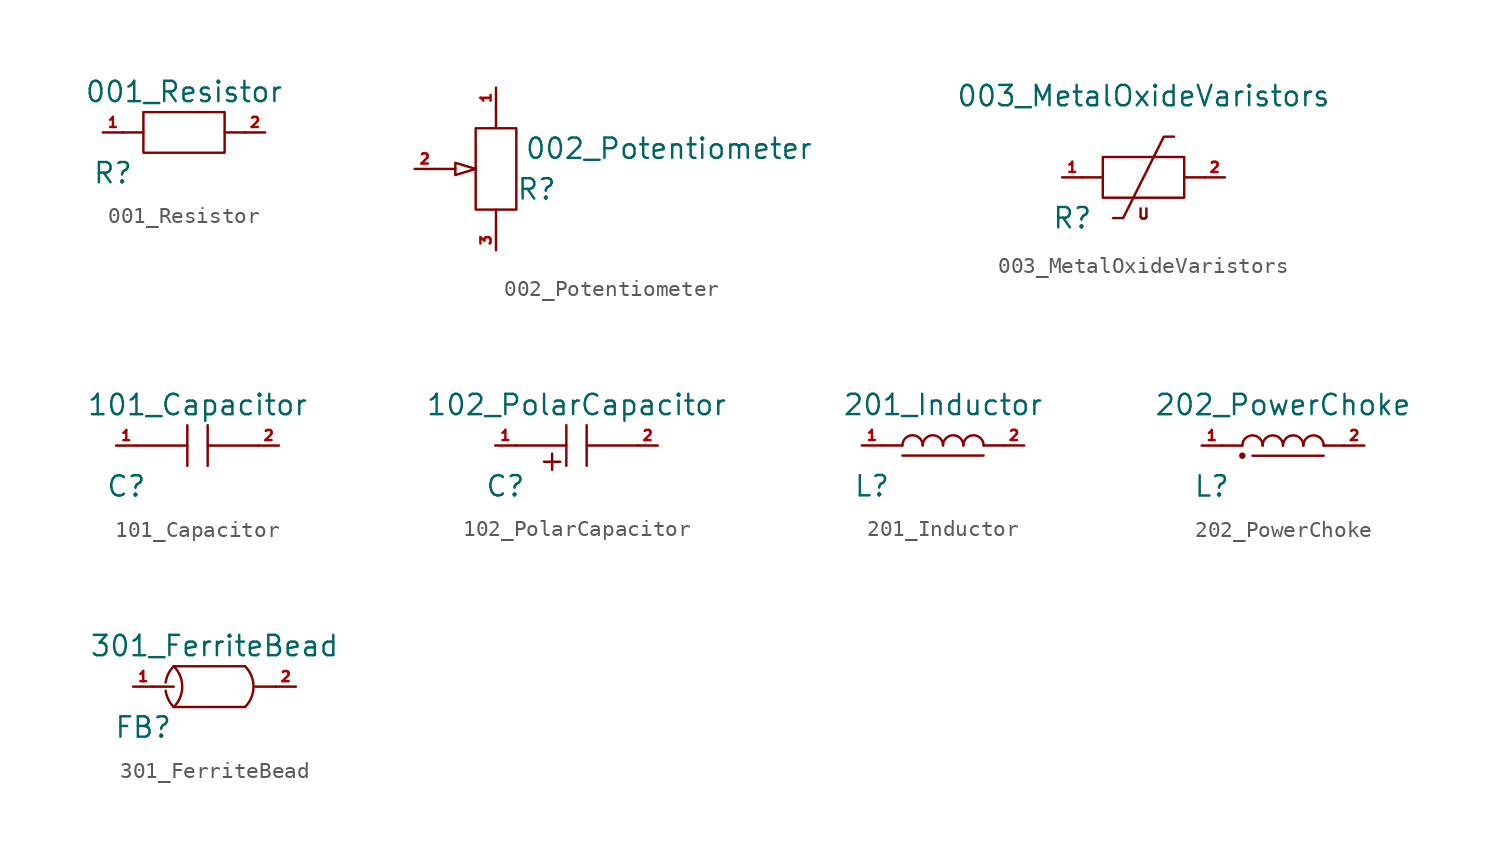
<source format=kicad_sym>
(kicad_symbol_lib
  (version 20220914)
  (generator kicad_symbol_editor)
  (symbol "001_Resistor"
    (pin_names
      (offset 1.016))
    (property "Reference" "R"
      (at -4.445 -2.54 0)
      (effects (font (size 1.27 1.27))))
    (property "Value" "001_Resistor"
      (at 0 2.54 0)
      (effects (font (size 1.27 1.27))))
    (symbol "001_Resistor_0_1"
      (rectangle (start -2.54 1.27) (end 2.54 -1.27) (stroke (width 0) (type default)) (fill (type none)))
      (polyline (pts (xy -3.81 0) (xy -2.54 0)) (stroke (width 0) (type default)) (fill (type none)))
      (polyline (pts (xy 2.54 0) (xy 3.81 0)) (stroke (width 0) (type default)) (fill (type none))))
    (symbol "001_Resistor_1_1"
      (pin passive line (at -5.08 0 0) (length 1.27) (name "~" (effects (font (size 0.635 0.635)))) (number "1" (effects (font (size 0.635 0.635)))))
      (pin passive line (at 5.08 0 180) (length 1.27) (name "~" (effects (font (size 0.635 0.635)))) (number "2" (effects (font (size 0.635 0.635)))))))
  (symbol "002_Potentiometer"
    (pin_names
      (offset 1.016) hide)
    (property "Reference" "R"
      (at 2.54 -1.27 0)
      (effects (font (size 1.27 1.27))))
    (property "Value" "002_Potentiometer"
      (at 10.795 1.27 0)
      (effects (font (size 1.27 1.27))))
    (symbol "002_Potentiometer_0_1"
      (rectangle (start -1.27 -2.54) (end 1.27 2.54) (stroke (width 0) (type default)) (fill (type none)))
      (polyline (pts (xy -3.81 0) (xy -2.54 0)) (stroke (width 0) (type default)) (fill (type none)))
      (polyline (pts (xy 0 -3.81) (xy 0 -2.54)) (stroke (width 0) (type default)) (fill (type none)))
      (polyline (pts (xy 0 2.54) (xy 0 3.81)) (stroke (width 0) (type default)) (fill (type none)))
      (polyline (pts (xy -2.54 -0.381) (xy -2.54 0.381) (xy -1.27 0) (xy -2.54 -0.381)) (stroke (width 0) (type default)) (fill (type none))))
    (symbol "002_Potentiometer_1_1"
      (pin passive line (at 0 5.08 270) (length 1.27) (name "CCW" (effects (font (size 0.635 0.635)))) (number "1" (effects (font (size 0.635 0.635)))))
      (pin input line (at -5.08 0 0) (length 1.27) (name "Wiper" (effects (font (size 0.635 0.635)))) (number "2" (effects (font (size 0.635 0.635)))))
      (pin passive line (at 0 -5.08 90) (length 1.27) (name "CW" (effects (font (size 0.635 0.635)))) (number "3" (effects (font (size 0.635 0.635)))))))
  (symbol "003_MetalOxideVaristors"
    (pin_names
      (offset 1.016))
    (property "Reference" "R"
      (at -4.445 -2.54 0)
      (effects (font (size 1.27 1.27))))
    (property "Value" "003_MetalOxideVaristors"
      (at 0 5.08 0)
      (effects (font (size 1.27 1.27))))
    (symbol "003_MetalOxideVaristors_0_1"
      (rectangle (start -2.54 1.27) (end 2.54 -1.27) (stroke (width 0) (type default)) (fill (type none)))
      (polyline (pts (xy -3.81 0) (xy -2.54 0)) (stroke (width 0) (type default)) (fill (type none)))
      (polyline (pts (xy 2.54 0) (xy 3.81 0)) (stroke (width 0) (type default)) (fill (type none)))
      (polyline (pts (xy -1.905 -2.54) (xy -1.27 -2.54) (xy 1.27 2.54) (xy 1.905 2.54)) (stroke (width 0) (type default)) (fill (type none))))
    (symbol "003_MetalOxideVaristors_1_1"
      (text "U" (at 0 -2.286 0) (effects (font (size 0.635 0.635))))
      (pin passive line (at -5.08 0 0) (length 1.27) (name "~" (effects (font (size 0.635 0.635)))) (number "1" (effects (font (size 0.635 0.635)))))
      (pin passive line (at 5.08 0 180) (length 1.27) (name "~" (effects (font (size 0.635 0.635)))) (number "2" (effects (font (size 0.635 0.635)))))))
  (symbol "101_Capacitor"
    (pin_names
      (offset 1.016))
    (property "Reference" "C"
      (at -4.445 -2.54 0)
      (effects (font (size 1.27 1.27))))
    (property "Value" "101_Capacitor"
      (at 0 2.54 0)
      (effects (font (size 1.27 1.27))))
    (symbol "101_Capacitor_0_1"
      (polyline (pts (xy -3.81 0) (xy -0.635 0)) (stroke (width 0) (type default)) (fill (type none)))
      (polyline (pts (xy -0.635 1.27) (xy -0.635 -1.27)) (stroke (width 0) (type default)) (fill (type none)))
      (polyline (pts (xy 0.635 0) (xy 3.81 0)) (stroke (width 0) (type default)) (fill (type none)))
      (polyline (pts (xy 0.635 1.27) (xy 0.635 -1.27)) (stroke (width 0) (type default)) (fill (type none))))
    (symbol "101_Capacitor_1_1"
      (pin passive line (at -5.08 0 0) (length 1.27) (name "~" (effects (font (size 0.635 0.635)))) (number "1" (effects (font (size 0.635 0.635)))))
      (pin passive line (at 5.08 0 180) (length 1.27) (name "~" (effects (font (size 0.635 0.635)))) (number "2" (effects (font (size 0.635 0.635)))))))
  (symbol "102_PolarCapacitor"
    (pin_names
      (offset 1.016))
    (property "Reference" "C"
      (at -4.445 -2.54 0)
      (effects (font (size 1.27 1.27))))
    (property "Value" "102_PolarCapacitor"
      (at 0 2.54 0)
      (effects (font (size 1.27 1.27))))
    (symbol "102_PolarCapacitor_0_1"
      (polyline (pts (xy -3.81 0) (xy -0.635 0)) (stroke (width 0) (type default)) (fill (type none)))
      (polyline (pts (xy -2.032 -1.016) (xy -1.016 -1.016)) (stroke (width 0) (type default)) (fill (type none)))
      (polyline (pts (xy -1.524 -0.508) (xy -1.524 -1.524)) (stroke (width 0) (type default)) (fill (type none)))
      (polyline (pts (xy -0.635 1.27) (xy -0.635 -1.27)) (stroke (width 0) (type default)) (fill (type none)))
      (polyline (pts (xy 0.635 0) (xy 3.81 0)) (stroke (width 0) (type default)) (fill (type none)))
      (polyline (pts (xy 0.635 1.27) (xy 0.635 -1.27)) (stroke (width 0) (type default)) (fill (type none))))
    (symbol "102_PolarCapacitor_1_1"
      (pin passive line (at -5.08 0 0) (length 1.27) (name "~" (effects (font (size 0.635 0.635)))) (number "1" (effects (font (size 0.635 0.635)))))
      (pin passive line (at 5.08 0 180) (length 1.27) (name "~" (effects (font (size 0.635 0.635)))) (number "2" (effects (font (size 0.635 0.635)))))))
  (symbol "201_Inductor"
    (pin_names
      (offset 1.016))
    (property "Reference" "L"
      (at -4.445 -2.54 0)
      (effects (font (size 1.27 1.27))))
    (property "Value" "201_Inductor"
      (at 0 2.54 0)
      (effects (font (size 1.27 1.27))))
    (symbol "201_Inductor_0_1"
      (arc (start -1.27 0) (mid -1.905 0.6323) (end -2.54 0) (stroke (width 0) (type default)) (fill (type none)))
      (arc (start 0 0) (mid -0.635 0.6323) (end -1.27 0) (stroke (width 0) (type default)) (fill (type none)))
      (polyline (pts (xy -2.54 -0.635) (xy 2.54 -0.635)) (stroke (width 0) (type default)) (fill (type none)))
      (polyline (pts (xy -2.54 0) (xy -3.81 0)) (stroke (width 0) (type default)) (fill (type none)))
      (polyline (pts (xy 2.54 0) (xy 3.81 0)) (stroke (width 0) (type default)) (fill (type none)))
      (arc (start 1.27 0) (mid 0.635 0.6323) (end 0 0) (stroke (width 0) (type default)) (fill (type none)))
      (arc (start 2.54 0) (mid 1.905 0.6323) (end 1.27 0) (stroke (width 0) (type default)) (fill (type none))))
    (symbol "201_Inductor_1_1"
      (pin passive line (at -5.08 0 0) (length 1.27) (name "~" (effects (font (size 0.635 0.635)))) (number "1" (effects (font (size 0.635 0.635)))))
      (pin passive line (at 5.08 0 180) (length 1.27) (name "~" (effects (font (size 0.635 0.635)))) (number "2" (effects (font (size 0.635 0.635)))))))
  (symbol "202_PowerChoke"
    (pin_names
      (offset 1.016))
    (property "Reference" "L"
      (at -4.445 -2.54 0)
      (effects (font (size 1.27 1.27))))
    (property "Value" "202_PowerChoke"
      (at 0 2.54 0)
      (effects (font (size 1.27 1.27))))
    (symbol "202_PowerChoke_0_1"
      (circle (center -2.54 -0.635) (radius 0.127) (stroke (width 0) (type default)) (fill (type outline)))
      (arc (start -1.27 0) (mid -1.905 0.6323) (end -2.54 0) (stroke (width 0) (type default)) (fill (type none)))
      (arc (start 0 0) (mid -0.635 0.6323) (end -1.27 0) (stroke (width 0) (type default)) (fill (type none)))
      (polyline (pts (xy -2.54 0) (xy -3.81 0)) (stroke (width 0) (type default)) (fill (type none)))
      (polyline (pts (xy -1.905 -0.635) (xy 2.54 -0.635)) (stroke (width 0) (type default)) (fill (type none)))
      (polyline (pts (xy 2.54 0) (xy 3.81 0)) (stroke (width 0) (type default)) (fill (type none)))
      (arc (start 1.27 0) (mid 0.635 0.6323) (end 0 0) (stroke (width 0) (type default)) (fill (type none)))
      (arc (start 2.54 0) (mid 1.905 0.6323) (end 1.27 0) (stroke (width 0) (type default)) (fill (type none))))
    (symbol "202_PowerChoke_1_1"
      (pin passive line (at -5.08 0 0) (length 1.27) (name "~" (effects (font (size 0.635 0.635)))) (number "1" (effects (font (size 0.635 0.635)))))
      (pin passive line (at 5.08 0 180) (length 1.27) (name "~" (effects (font (size 0.635 0.635)))) (number "2" (effects (font (size 0.635 0.635)))))))
  (symbol "301_FerriteBead"
    (pin_names
      (offset 1.016))
    (property "Reference" "FB"
      (at -4.445 -2.54 0)
      (effects (font (size 1.27 1.27))))
    (property "Value" "301_FerriteBead"
      (at 0 2.54 0)
      (effects (font (size 1.27 1.27))))
    (symbol "301_FerriteBead_0_1"
      (arc (start -3.048 -0.254) (mid -2.8764 -0.8032) (end -2.54 -1.27) (stroke (width 0) (type default)) (fill (type none)))
      (arc (start -2.54 -1.27) (mid -2.0139 0) (end -2.54 1.27) (stroke (width 0) (type default)) (fill (type none)))
      (arc (start -2.54 1.27) (mid -2.8764 0.8032) (end -3.048 0.254) (stroke (width 0) (type default)) (fill (type none)))
      (polyline (pts (xy -3.81 0) (xy -2.54 0)) (stroke (width 0) (type default)) (fill (type none)))
      (polyline (pts (xy -2.54 -1.27) (xy 1.905 -1.27)) (stroke (width 0) (type default)) (fill (type none)))
      (polyline (pts (xy -2.54 1.27) (xy 1.905 1.27)) (stroke (width 0) (type default)) (fill (type none)))
      (polyline (pts (xy 2.54 0) (xy 3.81 0)) (stroke (width 0) (type default)) (fill (type none)))
      (arc (start 1.905 -1.27) (mid 2.4311 0) (end 1.905 1.27) (stroke (width 0) (type default)) (fill (type none))))
    (symbol "301_FerriteBead_1_1"
      (pin passive line (at -5.08 0 0) (length 1.27) (name "~" (effects (font (size 0.635 0.635)))) (number "1" (effects (font (size 0.635 0.635)))))
      (pin passive line (at 5.08 0 180) (length 1.27) (name "~" (effects (font (size 0.635 0.635)))) (number "2" (effects (font (size 0.635 0.635))))))))
</source>
